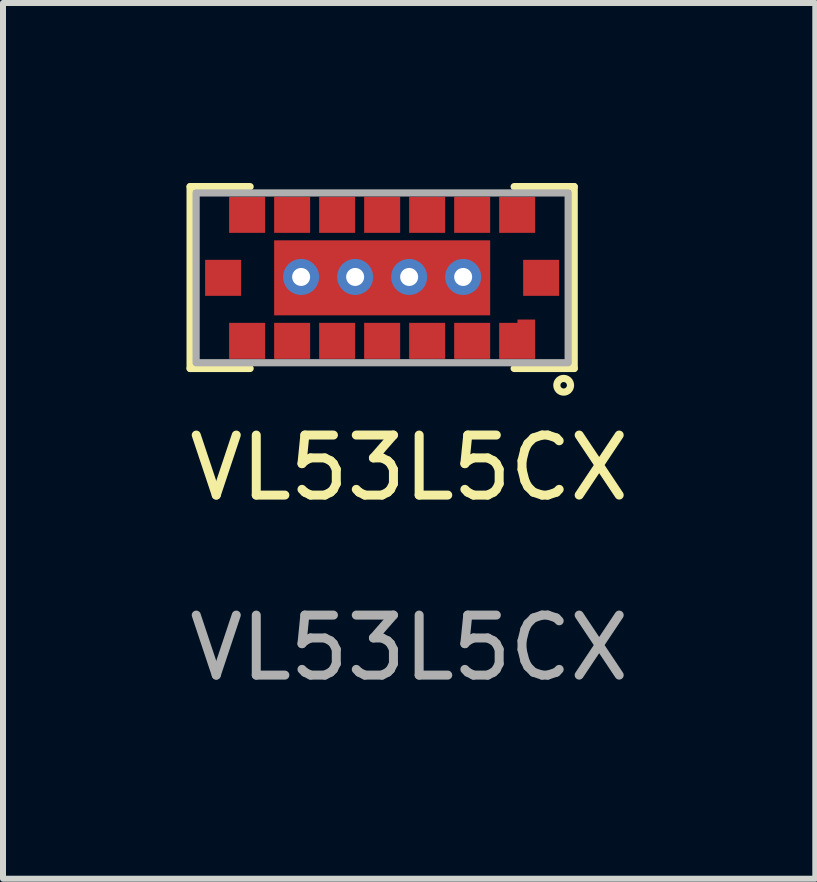
<source format=kicad_pcb>
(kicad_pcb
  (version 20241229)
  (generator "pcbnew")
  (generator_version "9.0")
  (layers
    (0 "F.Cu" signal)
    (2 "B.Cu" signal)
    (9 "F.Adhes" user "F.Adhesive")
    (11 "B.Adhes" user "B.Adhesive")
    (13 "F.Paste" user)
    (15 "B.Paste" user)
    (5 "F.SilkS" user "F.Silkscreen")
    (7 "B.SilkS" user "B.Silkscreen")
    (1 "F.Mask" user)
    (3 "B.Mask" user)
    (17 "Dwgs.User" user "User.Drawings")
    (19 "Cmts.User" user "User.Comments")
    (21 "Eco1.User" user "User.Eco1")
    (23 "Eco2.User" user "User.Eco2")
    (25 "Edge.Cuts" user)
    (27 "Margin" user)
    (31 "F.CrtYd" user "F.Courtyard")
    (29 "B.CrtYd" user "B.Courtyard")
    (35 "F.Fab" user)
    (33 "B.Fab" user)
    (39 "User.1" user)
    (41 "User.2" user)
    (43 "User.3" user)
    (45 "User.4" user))
  (footprint "VL53L5CX"
    (layer "F.Cu")
    (at 3.768 5.245)
    (property "Reference" "VL53L5CX" (at 0 -0.5 0) (unlocked yes) (layer "F.SilkS") (effects (font (size 1 1) (thickness 0.15))))
    (attr smd)
    (fp_line (start -3.65 -5.185) (end -2.65 -5.185) (stroke (width 0.12) (type solid)) (layer "F.SilkS"))
    (fp_line (start -3.65 -2.155) (end -3.65 -5.185) (stroke (width 0.12) (type solid)) (layer "F.SilkS"))
    (fp_line (start -3.65 -2.155) (end -2.65 -2.155) (stroke (width 0.12) (type solid)) (layer "F.SilkS"))
    (fp_line (start 2.75 -5.185) (end 1.75 -5.185) (stroke (width 0.12) (type solid)) (layer "F.SilkS"))
    (fp_line (start 2.75 -5.185) (end 2.75 -2.155) (stroke (width 0.12) (type solid)) (layer "F.SilkS"))
    (fp_line (start 2.75 -2.155) (end 1.75 -2.155) (stroke (width 0.12) (type solid)) (layer "F.SilkS"))
    (fp_circle (center 2.575 -1.875) (end 2.555 -1.825) (stroke (width 0.12) (type solid)) (fill no) (layer "F.SilkS"))
    (fp_rect (start 2.65 -5.08) (end -3.55 -2.25) (stroke (width 0.12) (type solid)) (fill no) (layer "F.Fab"))
    (fp_text user "${REFERENCE}" (at 0 2.5 0) (unlocked yes) (layer "F.Fab") (effects (font (size 1 1) (thickness 0.15))))
    (pad "" thru_hole circle (at -1.8 -3.68) (size 0.6 0.6) (drill 0.3) (layers "*.Cu" "*.Mask"))
    (pad "" thru_hole circle (at -0.9 -3.68) (size 0.6 0.6) (drill 0.3) (layers "*.Cu" "*.Mask"))
    (pad "" thru_hole circle (at 0 -3.68) (size 0.6 0.6) (drill 0.3) (layers "*.Cu" "*.Mask"))
    (pad "" thru_hole circle (at 0.9 -3.68) (size 0.6 0.6) (drill 0.3) (layers "*.Cu" "*.Mask"))
    (pad "A1" smd custom (at 1.8 -2.615) (size 0.6 0.6) (layers "F.Cu" "F.Mask" "F.Paste") (options (anchor rect)) (primitives (gr_poly (pts (xy 0.295 -0.3) (xy 0.295 -0.35) (xy 0.01 -0.35) (xy 0.01 -0.3)) (width 0.01) (fill yes))))
    (pad "A2" smd rect (at 1.05 -2.615) (size 0.6 0.6) (layers "F.Cu" "F.Mask" "F.Paste"))
    (pad "A3" smd rect (at 0.3 -2.615) (size 0.6 0.6) (layers "F.Cu" "F.Mask" "F.Paste"))
    (pad "A4" smd rect (at -0.45 -2.615) (size 0.6 0.6) (layers "F.Cu" "F.Mask" "F.Paste"))
    (pad "A5" smd rect (at -1.2 -2.615) (size 0.6 0.6) (layers "F.Cu" "F.Mask" "F.Paste"))
    (pad "A6" smd rect (at -1.95 -2.615) (size 0.6 0.6) (layers "F.Cu" "F.Mask" "F.Paste"))
    (pad "A7" smd rect (at -2.7 -2.615) (size 0.6 0.6) (layers "F.Cu" "F.Mask" "F.Paste"))
    (pad "B1" smd rect (at 2.2 -3.665) (size 0.6 0.6) (layers "F.Cu" "F.Mask" "F.Paste"))
    (pad "B4" smd rect (at -0.45 -3.665) (size 3.6 1.25) (layers "F.Cu" "F.Mask" "F.Paste"))
    (pad "B7" smd rect (at -3.1 -3.665) (size 0.6 0.6) (layers "F.Cu" "F.Mask" "F.Paste"))
    (pad "C1" smd rect (at 1.8 -4.715) (size 0.6 0.6) (layers "F.Cu" "F.Mask" "F.Paste"))
    (pad "C2" smd rect (at 1.05 -4.715) (size 0.6 0.6) (layers "F.Cu" "F.Mask" "F.Paste"))
    (pad "C3" smd rect (at 0.3 -4.715) (size 0.6 0.6) (layers "F.Cu" "F.Mask" "F.Paste"))
    (pad "C4" smd rect (at -0.45 -4.715) (size 0.6 0.6) (layers "F.Cu" "F.Mask" "F.Paste"))
    (pad "C5" smd rect (at -1.2 -4.715) (size 0.6 0.6) (layers "F.Cu" "F.Mask" "F.Paste"))
    (pad "C6" smd rect (at -1.95 -4.715) (size 0.6 0.6) (layers "F.Cu" "F.Mask" "F.Paste"))
    (pad "C7" smd rect (at -2.7 -4.715) (size 0.6 0.6) (layers "F.Cu" "F.Mask" "F.Paste")))
  (gr_rect
    (start -3 -3)
    (end 10.536 11.593)
    (stroke (width 0.1) (type default))
    (fill no)
    (layer "Edge.Cuts")))
</source>
